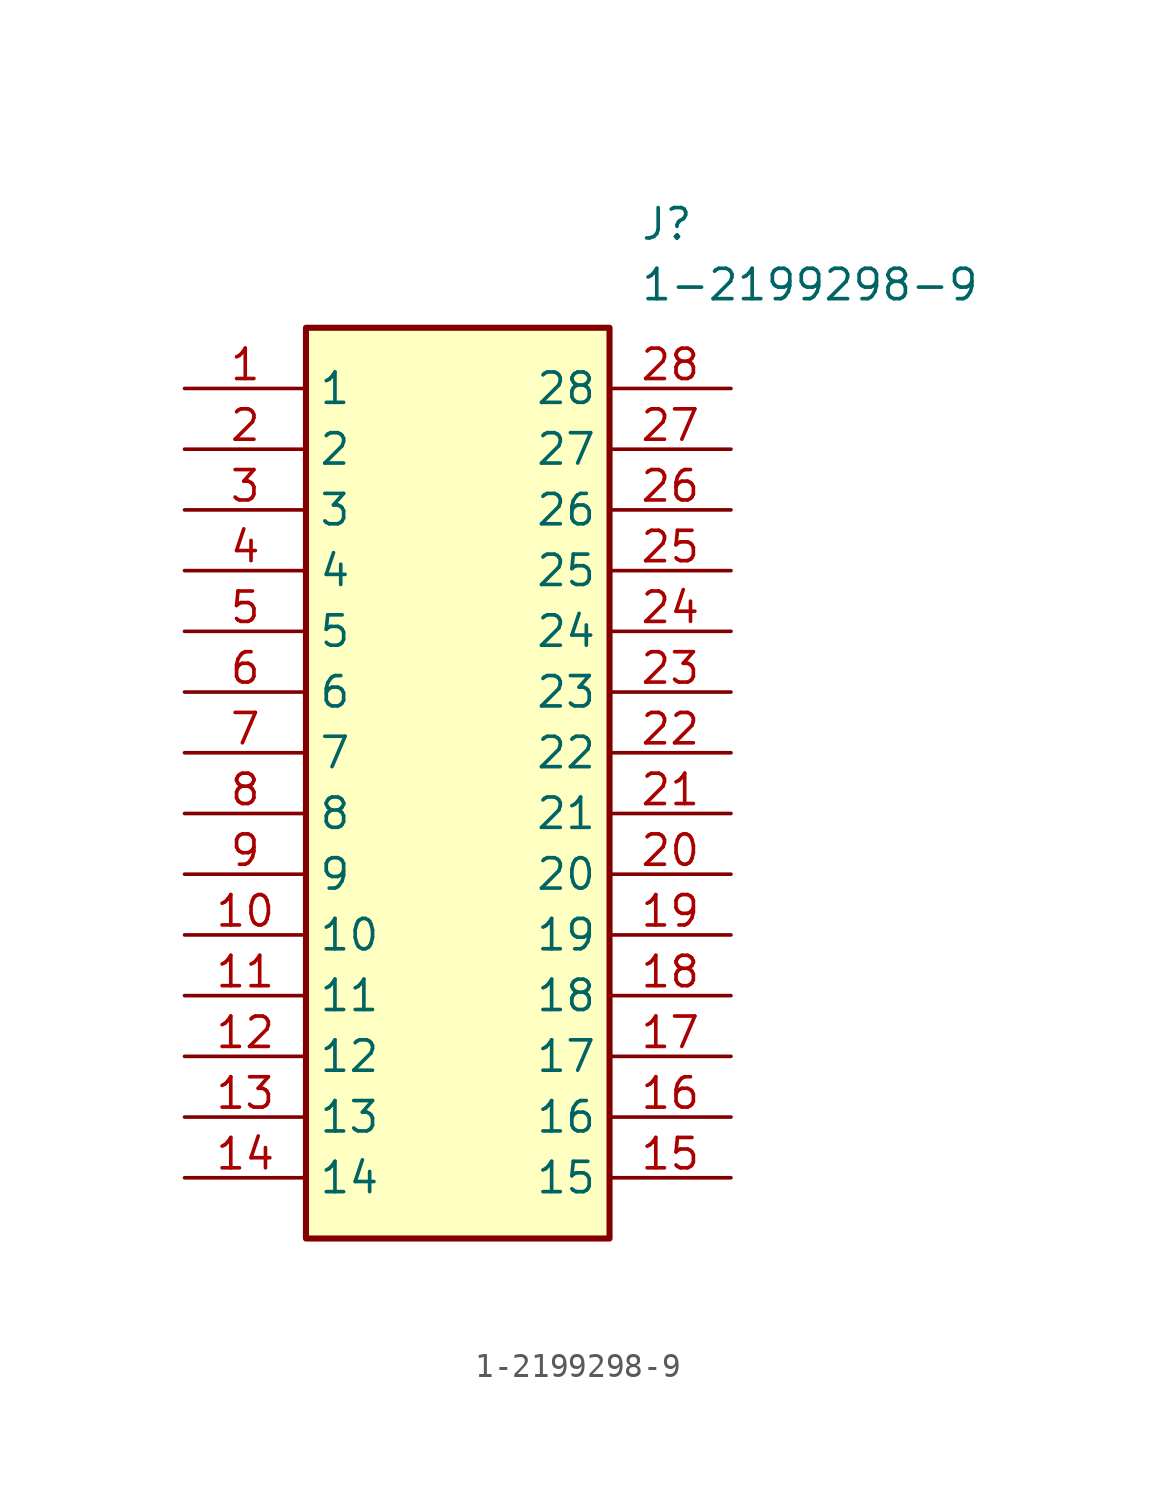
<source format=kicad_sym>
(kicad_symbol_lib
  (version 20220914)
  (generator kicad_symbol_editor)
  (symbol "1-2199298-9"
    (property "Reference" "J"
      (at 19.05 7.62 0)
      (effects (font (size 1.27 1.27)) (justify left top)))
    (property "Value" "1-2199298-9"
      (at 19.05 5.08 0)
      (effects (font (size 1.27 1.27)) (justify left top)))
    (symbol "1-2199298-9_1_1"
      (rectangle (start 5.08 2.54) (end 17.78 -35.56) (stroke (width 0.254) (type default)) (fill (type background)))
      (pin passive line (at 0 0 0) (length 5.08) (name "1" (effects (font (size 1.27 1.27)))) (number "1" (effects (font (size 1.27 1.27)))))
      (pin passive line (at 0 -22.86 0) (length 5.08) (name "10" (effects (font (size 1.27 1.27)))) (number "10" (effects (font (size 1.27 1.27)))))
      (pin passive line (at 0 -25.4 0) (length 5.08) (name "11" (effects (font (size 1.27 1.27)))) (number "11" (effects (font (size 1.27 1.27)))))
      (pin passive line (at 0 -27.94 0) (length 5.08) (name "12" (effects (font (size 1.27 1.27)))) (number "12" (effects (font (size 1.27 1.27)))))
      (pin passive line (at 0 -30.48 0) (length 5.08) (name "13" (effects (font (size 1.27 1.27)))) (number "13" (effects (font (size 1.27 1.27)))))
      (pin passive line (at 0 -33.02 0) (length 5.08) (name "14" (effects (font (size 1.27 1.27)))) (number "14" (effects (font (size 1.27 1.27)))))
      (pin passive line (at 22.86 -33.02 180) (length 5.08) (name "15" (effects (font (size 1.27 1.27)))) (number "15" (effects (font (size 1.27 1.27)))))
      (pin passive line (at 22.86 -30.48 180) (length 5.08) (name "16" (effects (font (size 1.27 1.27)))) (number "16" (effects (font (size 1.27 1.27)))))
      (pin passive line (at 22.86 -27.94 180) (length 5.08) (name "17" (effects (font (size 1.27 1.27)))) (number "17" (effects (font (size 1.27 1.27)))))
      (pin passive line (at 22.86 -25.4 180) (length 5.08) (name "18" (effects (font (size 1.27 1.27)))) (number "18" (effects (font (size 1.27 1.27)))))
      (pin passive line (at 22.86 -22.86 180) (length 5.08) (name "19" (effects (font (size 1.27 1.27)))) (number "19" (effects (font (size 1.27 1.27)))))
      (pin passive line (at 0 -2.54 0) (length 5.08) (name "2" (effects (font (size 1.27 1.27)))) (number "2" (effects (font (size 1.27 1.27)))))
      (pin passive line (at 22.86 -20.32 180) (length 5.08) (name "20" (effects (font (size 1.27 1.27)))) (number "20" (effects (font (size 1.27 1.27)))))
      (pin passive line (at 22.86 -17.78 180) (length 5.08) (name "21" (effects (font (size 1.27 1.27)))) (number "21" (effects (font (size 1.27 1.27)))))
      (pin passive line (at 22.86 -15.24 180) (length 5.08) (name "22" (effects (font (size 1.27 1.27)))) (number "22" (effects (font (size 1.27 1.27)))))
      (pin passive line (at 22.86 -12.7 180) (length 5.08) (name "23" (effects (font (size 1.27 1.27)))) (number "23" (effects (font (size 1.27 1.27)))))
      (pin passive line (at 22.86 -10.16 180) (length 5.08) (name "24" (effects (font (size 1.27 1.27)))) (number "24" (effects (font (size 1.27 1.27)))))
      (pin passive line (at 22.86 -7.62 180) (length 5.08) (name "25" (effects (font (size 1.27 1.27)))) (number "25" (effects (font (size 1.27 1.27)))))
      (pin passive line (at 22.86 -5.08 180) (length 5.08) (name "26" (effects (font (size 1.27 1.27)))) (number "26" (effects (font (size 1.27 1.27)))))
      (pin passive line (at 22.86 -2.54 180) (length 5.08) (name "27" (effects (font (size 1.27 1.27)))) (number "27" (effects (font (size 1.27 1.27)))))
      (pin passive line (at 22.86 0 180) (length 5.08) (name "28" (effects (font (size 1.27 1.27)))) (number "28" (effects (font (size 1.27 1.27)))))
      (pin passive line (at 0 -5.08 0) (length 5.08) (name "3" (effects (font (size 1.27 1.27)))) (number "3" (effects (font (size 1.27 1.27)))))
      (pin passive line (at 0 -7.62 0) (length 5.08) (name "4" (effects (font (size 1.27 1.27)))) (number "4" (effects (font (size 1.27 1.27)))))
      (pin passive line (at 0 -10.16 0) (length 5.08) (name "5" (effects (font (size 1.27 1.27)))) (number "5" (effects (font (size 1.27 1.27)))))
      (pin passive line (at 0 -12.7 0) (length 5.08) (name "6" (effects (font (size 1.27 1.27)))) (number "6" (effects (font (size 1.27 1.27)))))
      (pin passive line (at 0 -15.24 0) (length 5.08) (name "7" (effects (font (size 1.27 1.27)))) (number "7" (effects (font (size 1.27 1.27)))))
      (pin passive line (at 0 -17.78 0) (length 5.08) (name "8" (effects (font (size 1.27 1.27)))) (number "8" (effects (font (size 1.27 1.27)))))
      (pin passive line (at 0 -20.32 0) (length 5.08) (name "9" (effects (font (size 1.27 1.27)))) (number "9" (effects (font (size 1.27 1.27))))))))
</source>
